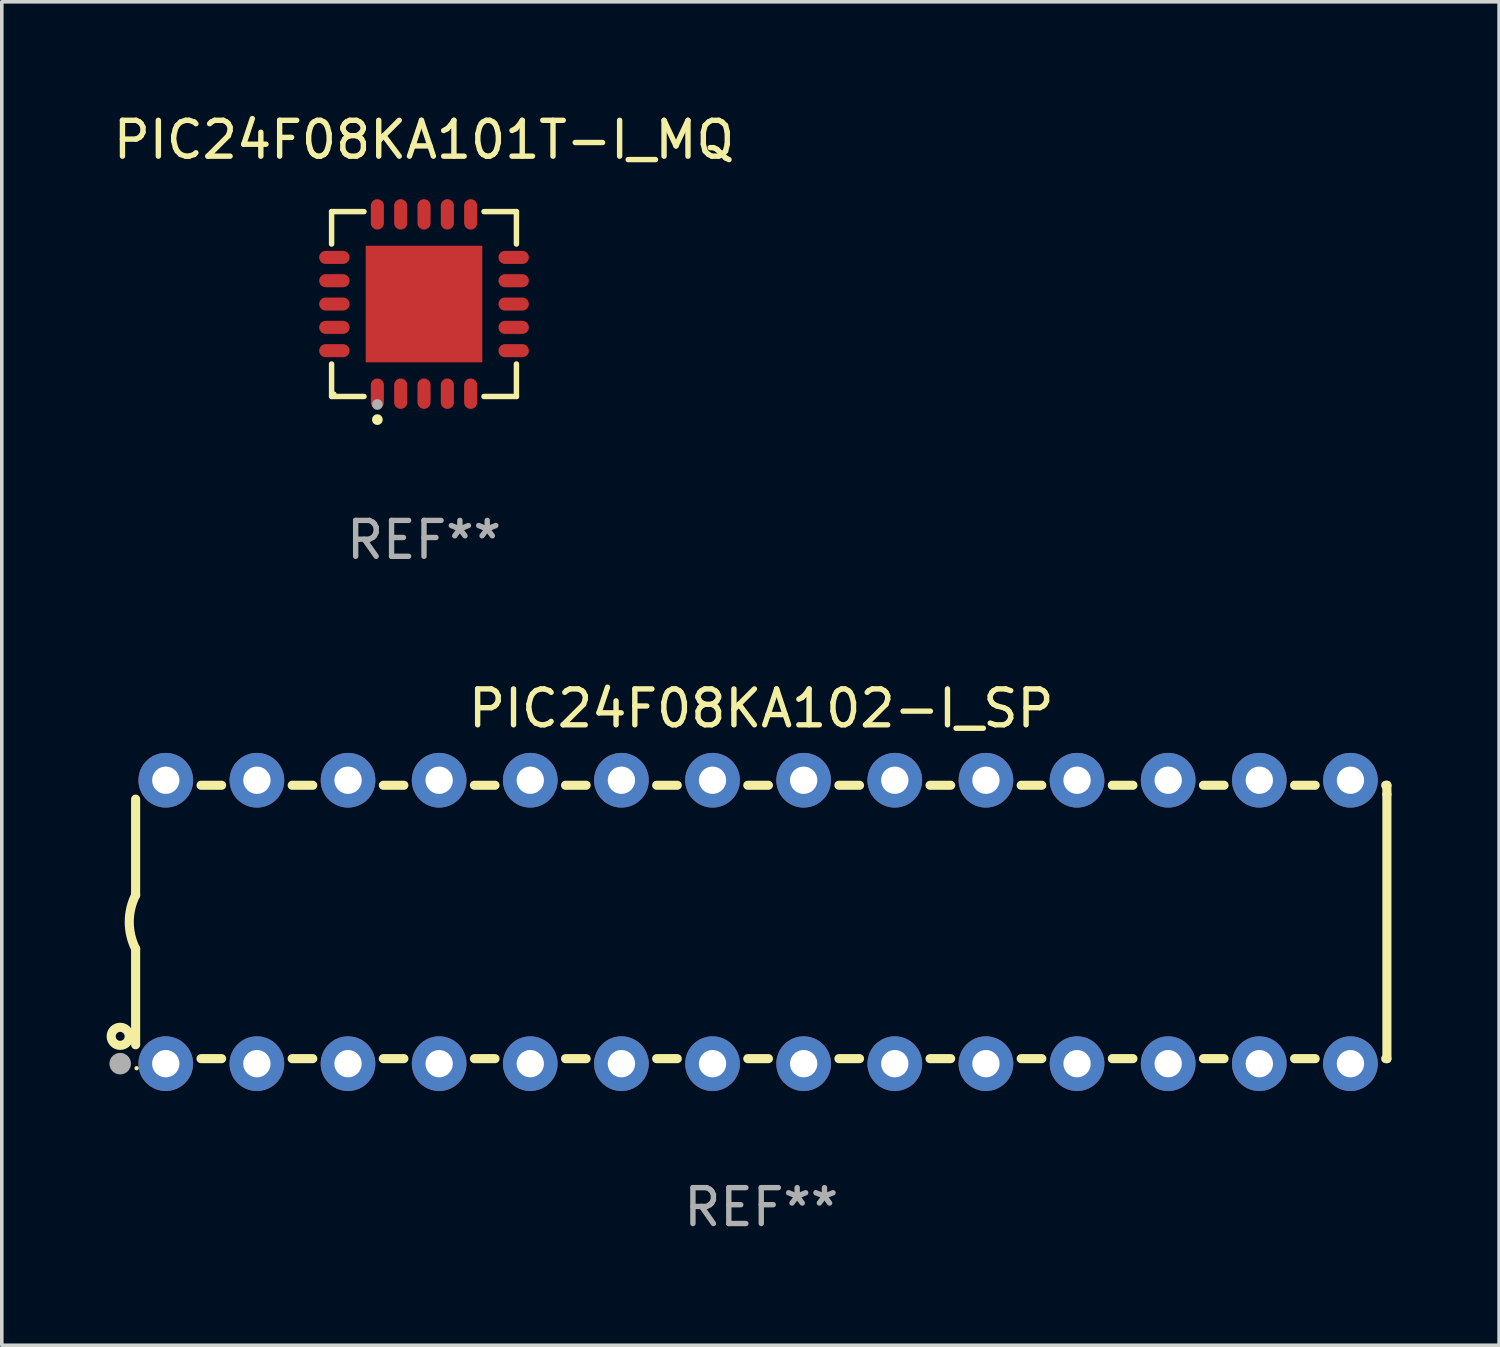
<source format=kicad_pcb>
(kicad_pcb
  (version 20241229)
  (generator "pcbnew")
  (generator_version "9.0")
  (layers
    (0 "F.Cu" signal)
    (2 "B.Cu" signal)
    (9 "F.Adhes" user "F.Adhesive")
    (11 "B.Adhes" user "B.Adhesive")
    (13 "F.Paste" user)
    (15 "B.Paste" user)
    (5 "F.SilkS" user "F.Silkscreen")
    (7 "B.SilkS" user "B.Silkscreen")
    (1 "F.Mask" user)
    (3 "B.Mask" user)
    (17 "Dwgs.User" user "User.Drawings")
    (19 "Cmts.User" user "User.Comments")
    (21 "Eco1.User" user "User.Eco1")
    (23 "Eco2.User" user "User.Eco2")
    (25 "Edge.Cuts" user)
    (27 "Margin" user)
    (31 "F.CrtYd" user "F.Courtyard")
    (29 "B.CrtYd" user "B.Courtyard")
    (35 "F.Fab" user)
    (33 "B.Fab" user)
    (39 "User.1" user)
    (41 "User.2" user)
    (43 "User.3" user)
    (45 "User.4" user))
  (footprint "PIC24F08KA102-I_SP"
    (layer "F.Cu")
    (at 18.168 22.647)
    (property "Reference" "PIC24F08KA102-I_SP" (at 0 -5.95 0) (layer "F.SilkS") (effects (font (size 1 1) (thickness 0.15))))
    (attr through_hole)
    (fp_line (start -17.438 0.75) (end -17.438 3.423) (stroke (width 0.254) (type solid)) (layer "F.SilkS"))
    (fp_line (start -17.438 -3.423) (end -17.438 -0.75) (stroke (width 0.254) (type solid)) (layer "F.SilkS"))
    (fp_line (start -15.615 3.81) (end -15.041 3.81) (stroke (width 0.254) (type solid)) (layer "F.SilkS"))
    (fp_line (start -15.041 -3.81) (end -15.614 -3.81) (stroke (width 0.254) (type solid)) (layer "F.SilkS"))
    (fp_line (start -13.075 3.81) (end -12.501 3.81) (stroke (width 0.254) (type solid)) (layer "F.SilkS"))
    (fp_line (start -12.501 -3.81) (end -13.074 -3.81) (stroke (width 0.254) (type solid)) (layer "F.SilkS"))
    (fp_line (start -10.535 3.81) (end -9.961 3.81) (stroke (width 0.254) (type solid)) (layer "F.SilkS"))
    (fp_line (start -9.961 -3.81) (end -10.534 -3.81) (stroke (width 0.254) (type solid)) (layer "F.SilkS"))
    (fp_line (start -7.995 3.81) (end -7.421 3.81) (stroke (width 0.254) (type solid)) (layer "F.SilkS"))
    (fp_line (start -7.421 -3.81) (end -7.995 -3.81) (stroke (width 0.254) (type solid)) (layer "F.SilkS"))
    (fp_line (start -5.455 3.81) (end -4.881 3.81) (stroke (width 0.254) (type solid)) (layer "F.SilkS"))
    (fp_line (start -4.881 -3.81) (end -5.455 -3.81) (stroke (width 0.254) (type solid)) (layer "F.SilkS"))
    (fp_line (start -2.915 3.81) (end -2.341 3.81) (stroke (width 0.254) (type solid)) (layer "F.SilkS"))
    (fp_line (start -2.341 -3.81) (end -2.915 -3.81) (stroke (width 0.254) (type solid)) (layer "F.SilkS"))
    (fp_line (start -0.375 3.81) (end 0.199 3.81) (stroke (width 0.254) (type solid)) (layer "F.SilkS"))
    (fp_line (start 0.199 -3.81) (end -0.375 -3.81) (stroke (width 0.254) (type solid)) (layer "F.SilkS"))
    (fp_line (start 2.165 3.81) (end 2.739 3.81) (stroke (width 0.254) (type solid)) (layer "F.SilkS"))
    (fp_line (start 2.739 -3.81) (end 2.165 -3.81) (stroke (width 0.254) (type solid)) (layer "F.SilkS"))
    (fp_line (start 4.705 3.81) (end 5.279 3.81) (stroke (width 0.254) (type solid)) (layer "F.SilkS"))
    (fp_line (start 5.279 -3.81) (end 4.705 -3.81) (stroke (width 0.254) (type solid)) (layer "F.SilkS"))
    (fp_line (start 7.245 3.81) (end 7.819 3.81) (stroke (width 0.254) (type solid)) (layer "F.SilkS"))
    (fp_line (start 7.819 -3.81) (end 7.245 -3.81) (stroke (width 0.254) (type solid)) (layer "F.SilkS"))
    (fp_line (start 9.785 3.81) (end 10.359 3.81) (stroke (width 0.254) (type solid)) (layer "F.SilkS"))
    (fp_line (start 10.359 -3.81) (end 9.785 -3.81) (stroke (width 0.254) (type solid)) (layer "F.SilkS"))
    (fp_line (start 12.325 3.81) (end 12.899 3.81) (stroke (width 0.254) (type solid)) (layer "F.SilkS"))
    (fp_line (start 12.899 -3.81) (end 12.325 -3.81) (stroke (width 0.254) (type solid)) (layer "F.SilkS"))
    (fp_line (start 14.865 3.81) (end 15.439 3.81) (stroke (width 0.254) (type solid)) (layer "F.SilkS"))
    (fp_line (start 15.439 -3.81) (end 14.865 -3.81) (stroke (width 0.254) (type solid)) (layer "F.SilkS"))
    (fp_line (start 17.405 3.81) (end 17.438 3.81) (stroke (width 0.254) (type solid)) (layer "F.SilkS"))
    (fp_line (start 17.438 -3.81) (end 17.405 -3.81) (stroke (width 0.254) (type solid)) (layer "F.SilkS"))
    (fp_line (start 17.438 -3.556) (end 17.438 -3.81) (stroke (width 0.254) (type solid)) (layer "F.SilkS"))
    (fp_line (start 17.438 3.81) (end 17.438 -3.556) (stroke (width 0.254) (type solid)) (layer "F.SilkS"))
    (fp_arc (start -17.437986 0.749657) (mid -17.614887 -0.000024) (end -17.437783 -0.749657) (stroke (width 0.254001) (type solid)) (layer "F.SilkS"))
    (fp_circle (center -17.868 3.188) (end -17.743 3.188) (stroke (width 0.254) (type solid)) (fill no) (layer "F.SilkS"))
    (fp_circle (center -17.411 4.077) (end -17.381 4.077) (stroke (width 0.06) (type solid)) (fill no) (layer "F.SilkS"))
    (fp_circle (center -17.868 3.95) (end -17.718 3.95) (stroke (width 0.3) (type solid)) (fill no) (layer "F.Fab"))
    (fp_text user "REF**" (at 0 7.95 0) (layer "F.Fab") (effects (font (size 1 1) (thickness 0.15))))
    (pad "1" thru_hole circle (at -16.598 3.95) (size 1.524 1.524) (drill 0.762) (layers "*.Cu" "*.Mask"))
    (pad "2" thru_hole circle (at -14.058 3.95) (size 1.524 1.524) (drill 0.762) (layers "*.Cu" "*.Mask"))
    (pad "3" thru_hole circle (at -11.518 3.95) (size 1.524 1.524) (drill 0.762) (layers "*.Cu" "*.Mask"))
    (pad "4" thru_hole circle (at -8.978 3.95) (size 1.524 1.524) (drill 0.762) (layers "*.Cu" "*.Mask"))
    (pad "5" thru_hole circle (at -6.438 3.95) (size 1.524 1.524) (drill 0.762) (layers "*.Cu" "*.Mask"))
    (pad "6" thru_hole circle (at -3.898 3.95) (size 1.524 1.524) (drill 0.762) (layers "*.Cu" "*.Mask"))
    (pad "7" thru_hole circle (at -1.358 3.95) (size 1.524 1.524) (drill 0.762) (layers "*.Cu" "*.Mask"))
    (pad "8" thru_hole circle (at 1.182 3.95) (size 1.524 1.524) (drill 0.762) (layers "*.Cu" "*.Mask"))
    (pad "9" thru_hole circle (at 3.722 3.95) (size 1.524 1.524) (drill 0.762) (layers "*.Cu" "*.Mask"))
    (pad "10" thru_hole circle (at 6.262 3.95) (size 1.524 1.524) (drill 0.762) (layers "*.Cu" "*.Mask"))
    (pad "11" thru_hole circle (at 8.802 3.95) (size 1.524 1.524) (drill 0.762) (layers "*.Cu" "*.Mask"))
    (pad "12" thru_hole circle (at 11.342 3.95) (size 1.524 1.524) (drill 0.762) (layers "*.Cu" "*.Mask"))
    (pad "13" thru_hole circle (at 13.882 3.95) (size 1.524 1.524) (drill 0.762) (layers "*.Cu" "*.Mask"))
    (pad "14" thru_hole circle (at 16.422 3.95) (size 1.524 1.524) (drill 0.762) (layers "*.Cu" "*.Mask"))
    (pad "15" thru_hole circle (at 16.422 -3.95) (size 1.524 1.524) (drill 0.762) (layers "*.Cu" "*.Mask"))
    (pad "16" thru_hole circle (at 13.882 -3.95) (size 1.524 1.524) (drill 0.762) (layers "*.Cu" "*.Mask"))
    (pad "17" thru_hole circle (at 11.342 -3.95) (size 1.524 1.524) (drill 0.762) (layers "*.Cu" "*.Mask"))
    (pad "18" thru_hole circle (at 8.802 -3.95) (size 1.524 1.524) (drill 0.762) (layers "*.Cu" "*.Mask"))
    (pad "19" thru_hole circle (at 6.262 -3.95) (size 1.524 1.524) (drill 0.762) (layers "*.Cu" "*.Mask"))
    (pad "20" thru_hole circle (at 3.722 -3.95) (size 1.524 1.524) (drill 0.762) (layers "*.Cu" "*.Mask"))
    (pad "21" thru_hole circle (at 1.182 -3.95) (size 1.524 1.524) (drill 0.762) (layers "*.Cu" "*.Mask"))
    (pad "22" thru_hole circle (at -1.358 -3.95) (size 1.524 1.524) (drill 0.762) (layers "*.Cu" "*.Mask"))
    (pad "23" thru_hole circle (at -3.898 -3.95) (size 1.524 1.524) (drill 0.762) (layers "*.Cu" "*.Mask"))
    (pad "24" thru_hole circle (at -6.438 -3.95) (size 1.524 1.524) (drill 0.762) (layers "*.Cu" "*.Mask"))
    (pad "25" thru_hole circle (at -8.978 -3.95) (size 1.524 1.524) (drill 0.762) (layers "*.Cu" "*.Mask"))
    (pad "26" thru_hole circle (at -11.517 -3.95) (size 1.524 1.524) (drill 0.762) (layers "*.Cu" "*.Mask"))
    (pad "27" thru_hole circle (at -14.057 -3.95) (size 1.524 1.524) (drill 0.762) (layers "*.Cu" "*.Mask"))
    (pad "28" thru_hole circle (at -16.597 -3.95) (size 1.524 1.524) (drill 0.762) (layers "*.Cu" "*.Mask")))
  (footprint "PIC24F08KA101T-I_MQ"
    (layer "F.Cu")
    (at 8.768 5.424)
    (property "Reference" "PIC24F08KA101T-I_MQ" (at 0 -4.576 0) (layer "F.SilkS") (effects (font (size 1 1) (thickness 0.15))))
    (attr through_hole)
    (fp_line (start -2.576 -2.576) (end -1.672 -2.576) (stroke (width 0.152) (type solid)) (layer "F.SilkS"))
    (fp_line (start -2.576 -1.672) (end -2.576 -2.576) (stroke (width 0.152) (type solid)) (layer "F.SilkS"))
    (fp_line (start -2.576 1.672) (end -2.576 2.576) (stroke (width 0.152) (type solid)) (layer "F.SilkS"))
    (fp_line (start -2.576 2.576) (end -1.672 2.576) (stroke (width 0.152) (type solid)) (layer "F.SilkS"))
    (fp_line (start 2.576 -2.576) (end 1.672 -2.576) (stroke (width 0.152) (type solid)) (layer "F.SilkS"))
    (fp_line (start 2.576 -1.672) (end 2.576 -2.576) (stroke (width 0.152) (type solid)) (layer "F.SilkS"))
    (fp_line (start 2.576 1.672) (end 2.576 2.576) (stroke (width 0.152) (type solid)) (layer "F.SilkS"))
    (fp_line (start 2.576 2.576) (end 1.672 2.576) (stroke (width 0.152) (type solid)) (layer "F.SilkS"))
    (fp_circle (center -2.5 2.5) (end -2.47 2.5) (stroke (width 0.06) (type solid)) (fill no) (layer "F.SilkS"))
    (fp_circle (center -1.3 3.222) (end -1.225 3.222) (stroke (width 0.15) (type solid)) (fill no) (layer "F.SilkS"))
    (fp_circle (center -1.3 2.8) (end -1.225 2.8) (stroke (width 0.15) (type solid)) (fill no) (layer "F.Fab"))
    (fp_text user "REF**" (at 0 6.576 0) (layer "F.Fab") (effects (font (size 1 1) (thickness 0.15))))
    (pad "1" smd oval (at -1.3 2.499) (size 0.364 0.847) (layers "F.Cu" "F.Mask" "F.Paste"))
    (pad "2" smd oval (at -0.65 2.499) (size 0.364 0.847) (layers "F.Cu" "F.Mask" "F.Paste"))
    (pad "3" smd oval (at 0 2.499) (size 0.364 0.847) (layers "F.Cu" "F.Mask" "F.Paste"))
    (pad "4" smd oval (at 0.65 2.499) (size 0.364 0.847) (layers "F.Cu" "F.Mask" "F.Paste"))
    (pad "5" smd oval (at 1.3 2.499) (size 0.364 0.847) (layers "F.Cu" "F.Mask" "F.Paste"))
    (pad "6" smd oval (at 2.499 1.3) (size 0.847 0.364) (layers "F.Cu" "F.Mask" "F.Paste"))
    (pad "7" smd oval (at 2.499 0.65) (size 0.847 0.364) (layers "F.Cu" "F.Mask" "F.Paste"))
    (pad "8" smd oval (at 2.499 0) (size 0.847 0.364) (layers "F.Cu" "F.Mask" "F.Paste"))
    (pad "9" smd oval (at 2.499 -0.65) (size 0.847 0.364) (layers "F.Cu" "F.Mask" "F.Paste"))
    (pad "10" smd oval (at 2.499 -1.3) (size 0.847 0.364) (layers "F.Cu" "F.Mask" "F.Paste"))
    (pad "11" smd oval (at 1.3 -2.499) (size 0.364 0.847) (layers "F.Cu" "F.Mask" "F.Paste"))
    (pad "12" smd oval (at 0.65 -2.499) (size 0.364 0.847) (layers "F.Cu" "F.Mask" "F.Paste"))
    (pad "13" smd oval (at 0 -2.499) (size 0.364 0.847) (layers "F.Cu" "F.Mask" "F.Paste"))
    (pad "14" smd oval (at -0.65 -2.499) (size 0.364 0.847) (layers "F.Cu" "F.Mask" "F.Paste"))
    (pad "15" smd oval (at -1.3 -2.499) (size 0.364 0.847) (layers "F.Cu" "F.Mask" "F.Paste"))
    (pad "16" smd oval (at -2.499 -1.3) (size 0.847 0.364) (layers "F.Cu" "F.Mask" "F.Paste"))
    (pad "17" smd oval (at -2.499 -0.65) (size 0.847 0.364) (layers "F.Cu" "F.Mask" "F.Paste"))
    (pad "18" smd oval (at -2.499 0) (size 0.847 0.364) (layers "F.Cu" "F.Mask" "F.Paste"))
    (pad "19" smd oval (at -2.499 0.65) (size 0.847 0.364) (layers "F.Cu" "F.Mask" "F.Paste"))
    (pad "20" smd oval (at -2.499 1.3) (size 0.847 0.364) (layers "F.Cu" "F.Mask" "F.Paste"))
    (pad "21" smd rect (at 0 0) (size 3.25 3.25) (layers "F.Cu" "F.Mask" "F.Paste")))
  (gr_rect
    (start -3 -3)
    (end 38.733 34.445)
    (stroke (width 0.1) (type default))
    (fill no)
    (layer "Edge.Cuts")))
</source>
